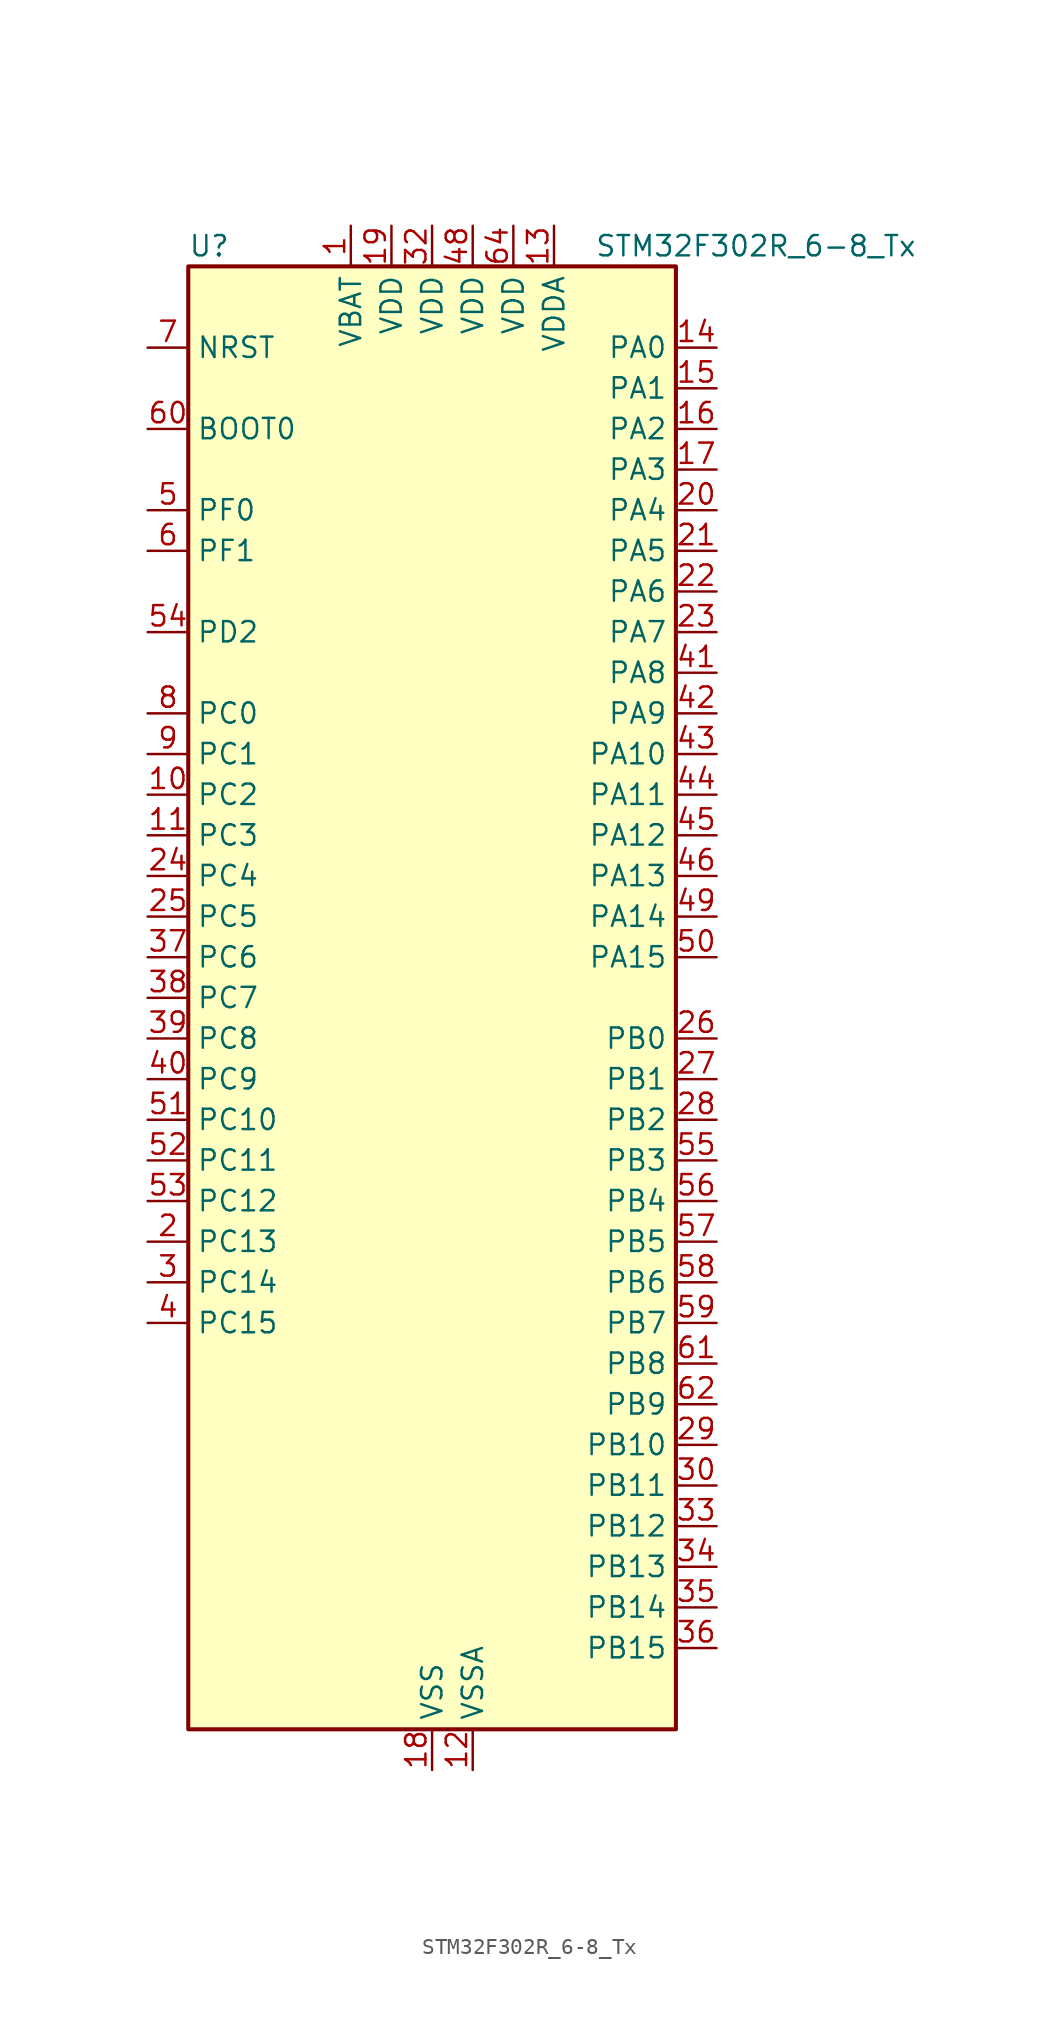
<source format=kicad_sym>
(kicad_symbol_lib
  (version 20241209)
  (generator "kicad_symbol_editor")
  (generator_version "9.0")
  (symbol "STM32F302R_6-8_Tx"
    (property "Reference" "U"
      (at -15.24 46.99 0)
      (effects (font (size 1.27 1.27)) (justify left)))
    (property "Value" "STM32F302R_6-8_Tx"
      (at 10.16 46.99 0)
      (effects (font (size 1.27 1.27)) (justify left)))
    (symbol "STM32F302R_6-8_Tx_0_1"
      (rectangle (start -15.24 -45.72) (end 15.24 45.72) (stroke (width 0.254) (type default)) (fill (type background))))
    (symbol "STM32F302R_6-8_Tx_1_1"
      (pin input line (at -17.78 40.64 0) (length 2.54) (name "NRST" (effects (font (size 1.27 1.27)))) (number "7" (effects (font (size 1.27 1.27)))))
      (pin input line (at -17.78 35.56 0) (length 2.54) (name "BOOT0" (effects (font (size 1.27 1.27)))) (number "60" (effects (font (size 1.27 1.27)))))
      (pin bidirectional line (at -17.78 30.48 0) (length 2.54) (name "PF0" (effects (font (size 1.27 1.27)))) (number "5" (effects (font (size 1.27 1.27)))) (alternate "I2C2_SDA" bidirectional line) (alternate "I2S2_WS" bidirectional line) (alternate "RCC_OSC_IN" bidirectional line) (alternate "SPI2_NSS" bidirectional line) (alternate "TIM1_CH3N" bidirectional line))
      (pin bidirectional line (at -17.78 27.94 0) (length 2.54) (name "PF1" (effects (font (size 1.27 1.27)))) (number "6" (effects (font (size 1.27 1.27)))) (alternate "I2C2_SCL" bidirectional line) (alternate "I2S2_CK" bidirectional line) (alternate "RCC_OSC_OUT" bidirectional line) (alternate "SPI2_SCK" bidirectional line))
      (pin bidirectional line (at -17.78 22.86 0) (length 2.54) (name "PD2" (effects (font (size 1.27 1.27)))) (number "54" (effects (font (size 1.27 1.27)))))
      (pin bidirectional line (at -17.78 17.78 0) (length 2.54) (name "PC0" (effects (font (size 1.27 1.27)))) (number "8" (effects (font (size 1.27 1.27)))) (alternate "ADC1_IN6" bidirectional line) (alternate "TIM1_CH1" bidirectional line))
      (pin bidirectional line (at -17.78 15.24 0) (length 2.54) (name "PC1" (effects (font (size 1.27 1.27)))) (number "9" (effects (font (size 1.27 1.27)))) (alternate "ADC1_IN7" bidirectional line) (alternate "TIM1_CH2" bidirectional line))
      (pin bidirectional line (at -17.78 12.7 0) (length 2.54) (name "PC2" (effects (font (size 1.27 1.27)))) (number "10" (effects (font (size 1.27 1.27)))) (alternate "ADC1_IN8" bidirectional line) (alternate "TIM1_CH3" bidirectional line))
      (pin bidirectional line (at -17.78 10.16 0) (length 2.54) (name "PC3" (effects (font (size 1.27 1.27)))) (number "11" (effects (font (size 1.27 1.27)))) (alternate "ADC1_IN9" bidirectional line) (alternate "TIM1_BKIN2" bidirectional line) (alternate "TIM1_CH4" bidirectional line))
      (pin bidirectional line (at -17.78 7.62 0) (length 2.54) (name "PC4" (effects (font (size 1.27 1.27)))) (number "24" (effects (font (size 1.27 1.27)))) (alternate "TIM1_ETR" bidirectional line) (alternate "USART1_TX" bidirectional line))
      (pin bidirectional line (at -17.78 5.08 0) (length 2.54) (name "PC5" (effects (font (size 1.27 1.27)))) (number "25" (effects (font (size 1.27 1.27)))) (alternate "OPAMP2_VINM" bidirectional line) (alternate "OPAMP2_VINM_SEC" bidirectional line) (alternate "TIM15_BKIN" bidirectional line) (alternate "TSC_G3_IO1" bidirectional line) (alternate "USART1_RX" bidirectional line))
      (pin bidirectional line (at -17.78 2.54 0) (length 2.54) (name "PC6" (effects (font (size 1.27 1.27)))) (number "37" (effects (font (size 1.27 1.27)))) (alternate "COMP6_OUT" bidirectional line) (alternate "I2S2_MCK" bidirectional line))
      (pin bidirectional line (at -17.78 0 0) (length 2.54) (name "PC7" (effects (font (size 1.27 1.27)))) (number "38" (effects (font (size 1.27 1.27)))) (alternate "I2S3_MCK" bidirectional line))
      (pin bidirectional line (at -17.78 -2.54 0) (length 2.54) (name "PC8" (effects (font (size 1.27 1.27)))) (number "39" (effects (font (size 1.27 1.27)))))
      (pin bidirectional line (at -17.78 -5.08 0) (length 2.54) (name "PC9" (effects (font (size 1.27 1.27)))) (number "40" (effects (font (size 1.27 1.27)))) (alternate "DAC_EXTI9" bidirectional line) (alternate "I2C3_SDA" bidirectional line) (alternate "I2S_CKIN" bidirectional line))
      (pin bidirectional line (at -17.78 -7.62 0) (length 2.54) (name "PC10" (effects (font (size 1.27 1.27)))) (number "51" (effects (font (size 1.27 1.27)))) (alternate "I2S3_CK" bidirectional line) (alternate "SPI3_SCK" bidirectional line) (alternate "USART3_TX" bidirectional line))
      (pin bidirectional line (at -17.78 -10.16 0) (length 2.54) (name "PC11" (effects (font (size 1.27 1.27)))) (number "52" (effects (font (size 1.27 1.27)))) (alternate "ADC1_EXTI11" bidirectional line) (alternate "I2S3_ext_SD" bidirectional line) (alternate "SPI3_MISO" bidirectional line) (alternate "USART3_RX" bidirectional line))
      (pin bidirectional line (at -17.78 -12.7 0) (length 2.54) (name "PC12" (effects (font (size 1.27 1.27)))) (number "53" (effects (font (size 1.27 1.27)))) (alternate "I2S3_SD" bidirectional line) (alternate "SPI3_MOSI" bidirectional line) (alternate "USART3_CK" bidirectional line))
      (pin bidirectional line (at -17.78 -15.24 0) (length 2.54) (name "PC13" (effects (font (size 1.27 1.27)))) (number "2" (effects (font (size 1.27 1.27)))) (alternate "RTC_OUT_ALARM" bidirectional line) (alternate "RTC_OUT_CALIB" bidirectional line) (alternate "RTC_TAMP1" bidirectional line) (alternate "RTC_TS" bidirectional line) (alternate "SYS_WKUP2" bidirectional line) (alternate "TIM1_CH1N" bidirectional line))
      (pin bidirectional line (at -17.78 -17.78 0) (length 2.54) (name "PC14" (effects (font (size 1.27 1.27)))) (number "3" (effects (font (size 1.27 1.27)))) (alternate "RCC_OSC32_IN" bidirectional line))
      (pin bidirectional line (at -17.78 -20.32 0) (length 2.54) (name "PC15" (effects (font (size 1.27 1.27)))) (number "4" (effects (font (size 1.27 1.27)))) (alternate "ADC1_EXTI15" bidirectional line) (alternate "RCC_OSC32_OUT" bidirectional line))
      (pin power_in line (at -5.08 48.26 270) (length 2.54) (name "VBAT" (effects (font (size 1.27 1.27)))) (number "1" (effects (font (size 1.27 1.27)))))
      (pin power_in line (at -2.54 48.26 270) (length 2.54) (name "VDD" (effects (font (size 1.27 1.27)))) (number "19" (effects (font (size 1.27 1.27)))))
      (pin power_in line (at 0 48.26 270) (length 2.54) (name "VDD" (effects (font (size 1.27 1.27)))) (number "32" (effects (font (size 1.27 1.27)))))
      (pin power_in line (at 0 -48.26 90) (length 2.54) (name "VSS" (effects (font (size 1.27 1.27)))) (number "18" (effects (font (size 1.27 1.27)))))
      (pin passive line (at 0 -48.26 90) (length 2.54) (hide yes) (name "VSS" (effects (font (size 1.27 1.27)))) (number "31" (effects (font (size 1.27 1.27)))))
      (pin passive line (at 0 -48.26 90) (length 2.54) (hide yes) (name "VSS" (effects (font (size 1.27 1.27)))) (number "47" (effects (font (size 1.27 1.27)))))
      (pin passive line (at 0 -48.26 90) (length 2.54) (hide yes) (name "VSS" (effects (font (size 1.27 1.27)))) (number "63" (effects (font (size 1.27 1.27)))))
      (pin power_in line (at 2.54 48.26 270) (length 2.54) (name "VDD" (effects (font (size 1.27 1.27)))) (number "48" (effects (font (size 1.27 1.27)))))
      (pin power_in line (at 2.54 -48.26 90) (length 2.54) (name "VSSA" (effects (font (size 1.27 1.27)))) (number "12" (effects (font (size 1.27 1.27)))))
      (pin power_in line (at 5.08 48.26 270) (length 2.54) (name "VDD" (effects (font (size 1.27 1.27)))) (number "64" (effects (font (size 1.27 1.27)))))
      (pin power_in line (at 7.62 48.26 270) (length 2.54) (name "VDDA" (effects (font (size 1.27 1.27)))) (number "13" (effects (font (size 1.27 1.27)))))
      (pin bidirectional line (at 17.78 40.64 180) (length 2.54) (name "PA0" (effects (font (size 1.27 1.27)))) (number "14" (effects (font (size 1.27 1.27)))) (alternate "ADC1_IN1" bidirectional line) (alternate "RTC_TAMP2" bidirectional line) (alternate "SYS_WKUP1" bidirectional line) (alternate "TIM2_CH1" bidirectional line) (alternate "TIM2_ETR" bidirectional line) (alternate "TSC_G1_IO1" bidirectional line) (alternate "USART2_CTS" bidirectional line))
      (pin bidirectional line (at 17.78 38.1 180) (length 2.54) (name "PA1" (effects (font (size 1.27 1.27)))) (number "15" (effects (font (size 1.27 1.27)))) (alternate "ADC1_IN2" bidirectional line) (alternate "RTC_REFIN" bidirectional line) (alternate "TIM15_CH1N" bidirectional line) (alternate "TIM2_CH2" bidirectional line) (alternate "TSC_G1_IO2" bidirectional line) (alternate "USART2_DE" bidirectional line) (alternate "USART2_RTS" bidirectional line))
      (pin bidirectional line (at 17.78 35.56 180) (length 2.54) (name "PA2" (effects (font (size 1.27 1.27)))) (number "16" (effects (font (size 1.27 1.27)))) (alternate "ADC1_IN3" bidirectional line) (alternate "COMP2_INM" bidirectional line) (alternate "COMP2_OUT" bidirectional line) (alternate "TIM15_CH1" bidirectional line) (alternate "TIM2_CH3" bidirectional line) (alternate "TSC_G1_IO3" bidirectional line) (alternate "USART2_TX" bidirectional line))
      (pin bidirectional line (at 17.78 33.02 180) (length 2.54) (name "PA3" (effects (font (size 1.27 1.27)))) (number "17" (effects (font (size 1.27 1.27)))) (alternate "ADC1_IN4" bidirectional line) (alternate "TIM15_CH2" bidirectional line) (alternate "TIM2_CH4" bidirectional line) (alternate "TSC_G1_IO4" bidirectional line) (alternate "USART2_RX" bidirectional line))
      (pin bidirectional line (at 17.78 30.48 180) (length 2.54) (name "PA4" (effects (font (size 1.27 1.27)))) (number "20" (effects (font (size 1.27 1.27)))) (alternate "ADC1_IN5" bidirectional line) (alternate "COMP2_INM" bidirectional line) (alternate "COMP4_INM" bidirectional line) (alternate "COMP6_INM" bidirectional line) (alternate "DAC_OUT1" bidirectional line) (alternate "I2S3_WS" bidirectional line) (alternate "SPI3_NSS" bidirectional line) (alternate "TSC_G2_IO1" bidirectional line) (alternate "USART2_CK" bidirectional line))
      (pin bidirectional line (at 17.78 27.94 180) (length 2.54) (name "PA5" (effects (font (size 1.27 1.27)))) (number "21" (effects (font (size 1.27 1.27)))) (alternate "OPAMP2_VINM" bidirectional line) (alternate "OPAMP2_VINM_SEC" bidirectional line) (alternate "TIM2_CH1" bidirectional line) (alternate "TIM2_ETR" bidirectional line) (alternate "TSC_G2_IO2" bidirectional line))
      (pin bidirectional line (at 17.78 25.4 180) (length 2.54) (name "PA6" (effects (font (size 1.27 1.27)))) (number "22" (effects (font (size 1.27 1.27)))) (alternate "ADC1_IN10" bidirectional line) (alternate "OPAMP2_VOUT" bidirectional line) (alternate "TIM16_CH1" bidirectional line) (alternate "TIM1_BKIN" bidirectional line) (alternate "TSC_G2_IO3" bidirectional line))
      (pin bidirectional line (at 17.78 22.86 180) (length 2.54) (name "PA7" (effects (font (size 1.27 1.27)))) (number "23" (effects (font (size 1.27 1.27)))) (alternate "ADC1_IN15" bidirectional line) (alternate "COMP2_INP" bidirectional line) (alternate "OPAMP2_VINP" bidirectional line) (alternate "OPAMP2_VINP_SEC" bidirectional line) (alternate "TIM17_CH1" bidirectional line) (alternate "TIM1_CH1N" bidirectional line) (alternate "TSC_G2_IO4" bidirectional line))
      (pin bidirectional line (at 17.78 20.32 180) (length 2.54) (name "PA8" (effects (font (size 1.27 1.27)))) (number "41" (effects (font (size 1.27 1.27)))) (alternate "I2C2_SMBA" bidirectional line) (alternate "I2C3_SCL" bidirectional line) (alternate "I2S2_MCK" bidirectional line) (alternate "RCC_MCO" bidirectional line) (alternate "TIM1_CH1" bidirectional line) (alternate "USART1_CK" bidirectional line))
      (pin bidirectional line (at 17.78 17.78 180) (length 2.54) (name "PA9" (effects (font (size 1.27 1.27)))) (number "42" (effects (font (size 1.27 1.27)))) (alternate "DAC_EXTI9" bidirectional line) (alternate "I2C2_SCL" bidirectional line) (alternate "I2C3_SMBA" bidirectional line) (alternate "I2S3_MCK" bidirectional line) (alternate "TIM15_BKIN" bidirectional line) (alternate "TIM1_CH2" bidirectional line) (alternate "TIM2_CH3" bidirectional line) (alternate "TSC_G4_IO1" bidirectional line) (alternate "USART1_TX" bidirectional line))
      (pin bidirectional line (at 17.78 15.24 180) (length 2.54) (name "PA10" (effects (font (size 1.27 1.27)))) (number "43" (effects (font (size 1.27 1.27)))) (alternate "COMP6_OUT" bidirectional line) (alternate "I2C2_SDA" bidirectional line) (alternate "I2S2_ext_SD" bidirectional line) (alternate "SPI2_MISO" bidirectional line) (alternate "TIM17_BKIN" bidirectional line) (alternate "TIM1_CH3" bidirectional line) (alternate "TIM2_CH4" bidirectional line) (alternate "TSC_G4_IO2" bidirectional line) (alternate "USART1_RX" bidirectional line))
      (pin bidirectional line (at 17.78 12.7 180) (length 2.54) (name "PA11" (effects (font (size 1.27 1.27)))) (number "44" (effects (font (size 1.27 1.27)))) (alternate "ADC1_EXTI11" bidirectional line) (alternate "CAN_RX" bidirectional line) (alternate "I2S2_SD" bidirectional line) (alternate "SPI2_MOSI" bidirectional line) (alternate "TIM1_BKIN2" bidirectional line) (alternate "TIM1_CH1N" bidirectional line) (alternate "TIM1_CH4" bidirectional line) (alternate "USART1_CTS" bidirectional line) (alternate "USB_DM" bidirectional line))
      (pin bidirectional line (at 17.78 10.16 180) (length 2.54) (name "PA12" (effects (font (size 1.27 1.27)))) (number "45" (effects (font (size 1.27 1.27)))) (alternate "CAN_TX" bidirectional line) (alternate "COMP2_OUT" bidirectional line) (alternate "I2S_CKIN" bidirectional line) (alternate "TIM16_CH1" bidirectional line) (alternate "TIM1_CH2N" bidirectional line) (alternate "TIM1_ETR" bidirectional line) (alternate "USART1_DE" bidirectional line) (alternate "USART1_RTS" bidirectional line) (alternate "USB_DP" bidirectional line))
      (pin bidirectional line (at 17.78 7.62 180) (length 2.54) (name "PA13" (effects (font (size 1.27 1.27)))) (number "46" (effects (font (size 1.27 1.27)))) (alternate "IR_OUT" bidirectional line) (alternate "SYS_JTMS-SWDIO" bidirectional line) (alternate "TIM16_CH1N" bidirectional line) (alternate "TSC_G4_IO3" bidirectional line) (alternate "USART3_CTS" bidirectional line))
      (pin bidirectional line (at 17.78 5.08 180) (length 2.54) (name "PA14" (effects (font (size 1.27 1.27)))) (number "49" (effects (font (size 1.27 1.27)))) (alternate "I2C1_SDA" bidirectional line) (alternate "SYS_JTCK-SWCLK" bidirectional line) (alternate "TIM1_BKIN" bidirectional line) (alternate "TSC_G4_IO4" bidirectional line) (alternate "USART2_TX" bidirectional line))
      (pin bidirectional line (at 17.78 2.54 180) (length 2.54) (name "PA15" (effects (font (size 1.27 1.27)))) (number "50" (effects (font (size 1.27 1.27)))) (alternate "ADC1_EXTI15" bidirectional line) (alternate "I2C1_SCL" bidirectional line) (alternate "I2S3_WS" bidirectional line) (alternate "SPI3_NSS" bidirectional line) (alternate "SYS_JTDI" bidirectional line) (alternate "TIM1_BKIN" bidirectional line) (alternate "TIM2_CH1" bidirectional line) (alternate "TIM2_ETR" bidirectional line) (alternate "TSC_SYNC" bidirectional line) (alternate "USART2_RX" bidirectional line))
      (pin bidirectional line (at 17.78 -2.54 180) (length 2.54) (name "PB0" (effects (font (size 1.27 1.27)))) (number "26" (effects (font (size 1.27 1.27)))) (alternate "ADC1_IN11" bidirectional line) (alternate "COMP4_INP" bidirectional line) (alternate "OPAMP2_VINP" bidirectional line) (alternate "OPAMP2_VINP_SEC" bidirectional line) (alternate "TIM1_CH2N" bidirectional line) (alternate "TSC_G3_IO2" bidirectional line))
      (pin bidirectional line (at 17.78 -5.08 180) (length 2.54) (name "PB1" (effects (font (size 1.27 1.27)))) (number "27" (effects (font (size 1.27 1.27)))) (alternate "ADC1_IN12" bidirectional line) (alternate "COMP4_OUT" bidirectional line) (alternate "TIM1_CH3N" bidirectional line) (alternate "TSC_G3_IO3" bidirectional line))
      (pin bidirectional line (at 17.78 -7.62 180) (length 2.54) (name "PB2" (effects (font (size 1.27 1.27)))) (number "28" (effects (font (size 1.27 1.27)))) (alternate "COMP4_INM" bidirectional line) (alternate "TSC_G3_IO4" bidirectional line))
      (pin bidirectional line (at 17.78 -10.16 180) (length 2.54) (name "PB3" (effects (font (size 1.27 1.27)))) (number "55" (effects (font (size 1.27 1.27)))) (alternate "I2S3_CK" bidirectional line) (alternate "SPI3_SCK" bidirectional line) (alternate "SYS_JTDO-TRACESWO" bidirectional line) (alternate "TIM2_CH2" bidirectional line) (alternate "TSC_G5_IO1" bidirectional line) (alternate "USART2_TX" bidirectional line))
      (pin bidirectional line (at 17.78 -12.7 180) (length 2.54) (name "PB4" (effects (font (size 1.27 1.27)))) (number "56" (effects (font (size 1.27 1.27)))) (alternate "I2S3_ext_SD" bidirectional line) (alternate "SPI3_MISO" bidirectional line) (alternate "SYS_NJTRST" bidirectional line) (alternate "TIM16_CH1" bidirectional line) (alternate "TIM17_BKIN" bidirectional line) (alternate "TSC_G5_IO2" bidirectional line) (alternate "USART2_RX" bidirectional line))
      (pin bidirectional line (at 17.78 -15.24 180) (length 2.54) (name "PB5" (effects (font (size 1.27 1.27)))) (number "57" (effects (font (size 1.27 1.27)))) (alternate "I2C1_SMBA" bidirectional line) (alternate "I2C3_SDA" bidirectional line) (alternate "I2S3_SD" bidirectional line) (alternate "SPI3_MOSI" bidirectional line) (alternate "TIM16_BKIN" bidirectional line) (alternate "TIM17_CH1" bidirectional line) (alternate "USART2_CK" bidirectional line))
      (pin bidirectional line (at 17.78 -17.78 180) (length 2.54) (name "PB6" (effects (font (size 1.27 1.27)))) (number "58" (effects (font (size 1.27 1.27)))) (alternate "I2C1_SCL" bidirectional line) (alternate "TIM16_CH1N" bidirectional line) (alternate "TSC_G5_IO3" bidirectional line) (alternate "USART1_TX" bidirectional line))
      (pin bidirectional line (at 17.78 -20.32 180) (length 2.54) (name "PB7" (effects (font (size 1.27 1.27)))) (number "59" (effects (font (size 1.27 1.27)))) (alternate "I2C1_SDA" bidirectional line) (alternate "TIM17_CH1N" bidirectional line) (alternate "TSC_G5_IO4" bidirectional line) (alternate "USART1_RX" bidirectional line))
      (pin bidirectional line (at 17.78 -22.86 180) (length 2.54) (name "PB8" (effects (font (size 1.27 1.27)))) (number "61" (effects (font (size 1.27 1.27)))) (alternate "CAN_RX" bidirectional line) (alternate "I2C1_SCL" bidirectional line) (alternate "TIM16_CH1" bidirectional line) (alternate "TIM1_BKIN" bidirectional line) (alternate "TSC_SYNC" bidirectional line) (alternate "USART3_RX" bidirectional line))
      (pin bidirectional line (at 17.78 -25.4 180) (length 2.54) (name "PB9" (effects (font (size 1.27 1.27)))) (number "62" (effects (font (size 1.27 1.27)))) (alternate "CAN_TX" bidirectional line) (alternate "COMP2_OUT" bidirectional line) (alternate "DAC_EXTI9" bidirectional line) (alternate "I2C1_SDA" bidirectional line) (alternate "IR_OUT" bidirectional line) (alternate "TIM17_CH1" bidirectional line) (alternate "USART3_TX" bidirectional line))
      (pin bidirectional line (at 17.78 -27.94 180) (length 2.54) (name "PB10" (effects (font (size 1.27 1.27)))) (number "29" (effects (font (size 1.27 1.27)))) (alternate "TIM2_CH3" bidirectional line) (alternate "TSC_SYNC" bidirectional line) (alternate "USART3_TX" bidirectional line))
      (pin bidirectional line (at 17.78 -30.48 180) (length 2.54) (name "PB11" (effects (font (size 1.27 1.27)))) (number "30" (effects (font (size 1.27 1.27)))) (alternate "ADC1_EXTI11" bidirectional line) (alternate "ADC1_IN14" bidirectional line) (alternate "COMP6_INP" bidirectional line) (alternate "TIM2_CH4" bidirectional line) (alternate "TSC_G6_IO1" bidirectional line) (alternate "USART3_RX" bidirectional line))
      (pin bidirectional line (at 17.78 -33.02 180) (length 2.54) (name "PB12" (effects (font (size 1.27 1.27)))) (number "33" (effects (font (size 1.27 1.27)))) (alternate "I2C2_SMBA" bidirectional line) (alternate "I2S2_WS" bidirectional line) (alternate "SPI2_NSS" bidirectional line) (alternate "TIM1_BKIN" bidirectional line) (alternate "TSC_G6_IO2" bidirectional line) (alternate "USART3_CK" bidirectional line))
      (pin bidirectional line (at 17.78 -35.56 180) (length 2.54) (name "PB13" (effects (font (size 1.27 1.27)))) (number "34" (effects (font (size 1.27 1.27)))) (alternate "ADC1_IN13" bidirectional line) (alternate "I2S2_CK" bidirectional line) (alternate "SPI2_SCK" bidirectional line) (alternate "TIM1_CH1N" bidirectional line) (alternate "TSC_G6_IO3" bidirectional line) (alternate "USART3_CTS" bidirectional line))
      (pin bidirectional line (at 17.78 -38.1 180) (length 2.54) (name "PB14" (effects (font (size 1.27 1.27)))) (number "35" (effects (font (size 1.27 1.27)))) (alternate "I2S2_ext_SD" bidirectional line) (alternate "OPAMP2_VINP" bidirectional line) (alternate "OPAMP2_VINP_SEC" bidirectional line) (alternate "SPI2_MISO" bidirectional line) (alternate "TIM15_CH1" bidirectional line) (alternate "TIM1_CH2N" bidirectional line) (alternate "TSC_G6_IO4" bidirectional line) (alternate "USART3_DE" bidirectional line) (alternate "USART3_RTS" bidirectional line))
      (pin bidirectional line (at 17.78 -40.64 180) (length 2.54) (name "PB15" (effects (font (size 1.27 1.27)))) (number "36" (effects (font (size 1.27 1.27)))) (alternate "ADC1_EXTI15" bidirectional line) (alternate "COMP6_INM" bidirectional line) (alternate "I2S2_SD" bidirectional line) (alternate "RTC_REFIN" bidirectional line) (alternate "SPI2_MOSI" bidirectional line) (alternate "TIM15_CH1N" bidirectional line) (alternate "TIM15_CH2" bidirectional line) (alternate "TIM1_CH3N" bidirectional line)))))
</source>
